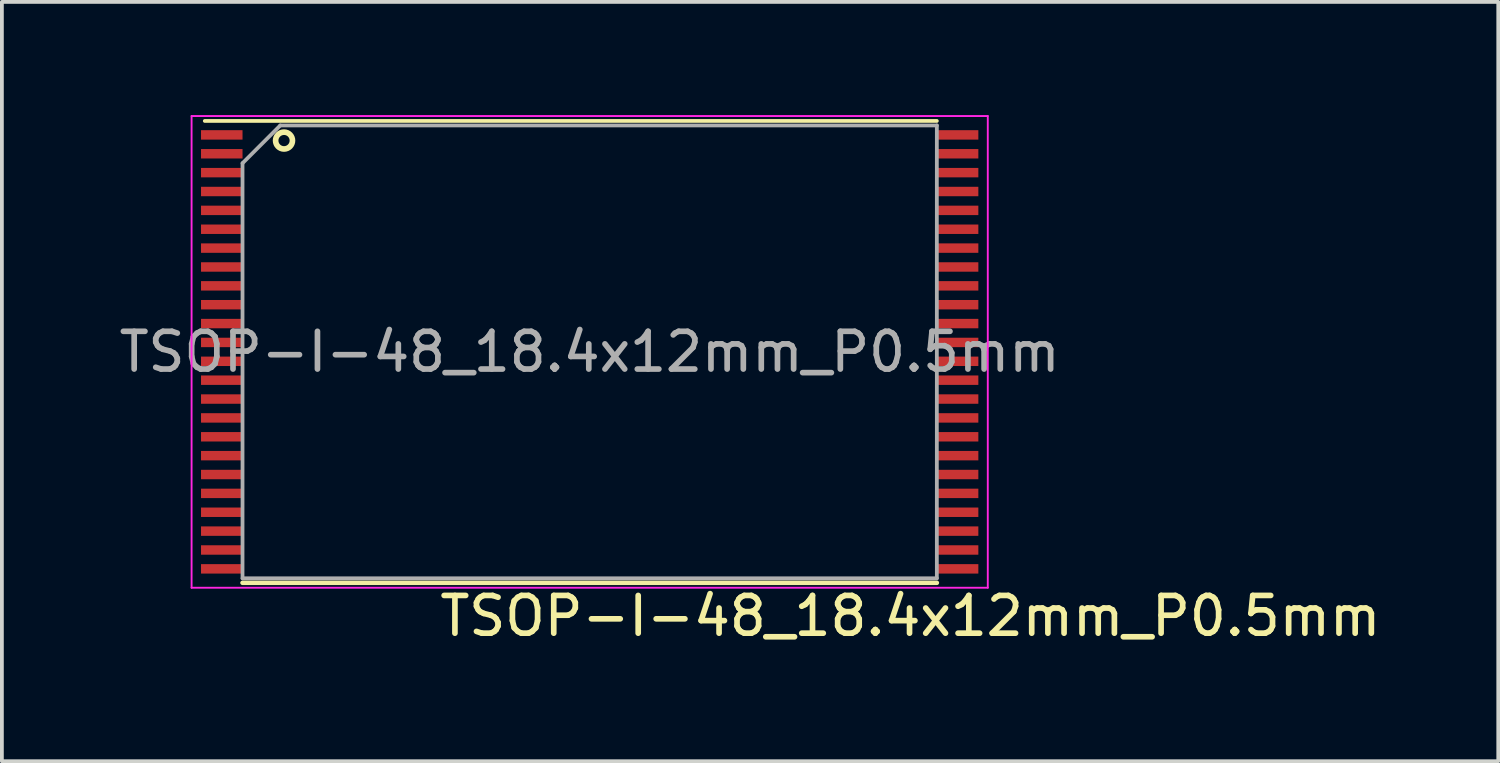
<source format=kicad_pcb>
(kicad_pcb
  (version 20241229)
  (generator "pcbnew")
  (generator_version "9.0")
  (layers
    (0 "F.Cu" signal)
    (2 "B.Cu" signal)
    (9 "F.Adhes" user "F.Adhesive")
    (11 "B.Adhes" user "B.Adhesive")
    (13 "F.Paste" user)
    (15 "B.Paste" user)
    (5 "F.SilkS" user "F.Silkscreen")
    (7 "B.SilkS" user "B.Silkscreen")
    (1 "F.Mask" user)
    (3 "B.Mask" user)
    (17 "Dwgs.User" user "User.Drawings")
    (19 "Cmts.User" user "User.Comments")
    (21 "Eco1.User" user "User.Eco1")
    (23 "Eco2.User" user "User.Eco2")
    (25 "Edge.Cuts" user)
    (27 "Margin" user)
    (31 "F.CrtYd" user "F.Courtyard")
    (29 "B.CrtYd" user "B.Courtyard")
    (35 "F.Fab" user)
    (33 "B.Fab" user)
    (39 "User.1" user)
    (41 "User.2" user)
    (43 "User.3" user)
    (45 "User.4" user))
  (footprint "TSOP-I-48_18.4x12mm_P0.5mm"
    (layer "F.Cu")
    (at 12.577 6.275)
    (property "Reference" "TSOP-I-48_18.4x12mm_P0.5mm" (at 8.5 7 0) (layer "F.SilkS") (effects (font (size 1 1) (thickness 0.15))))
    (attr smd)
    (fp_line (start -9.2 6.12) (end 9.2 6.12) (stroke (width 0.12) (type solid)) (layer "F.SilkS"))
    (fp_line (start 9.2 -6.12) (end -10.2 -6.12) (stroke (width 0.1) (type solid)) (layer "F.SilkS"))
    (fp_circle (center -8.1 -5.6) (end -8 -5.4) (stroke (width 0.15) (type solid)) (fill no) (layer "F.SilkS"))
    (fp_line (start -10.55 -6.25) (end 10.55 -6.25) (stroke (width 0.05) (type solid)) (layer "F.CrtYd"))
    (fp_line (start -10.55 6.25) (end -10.55 -6.25) (stroke (width 0.05) (type solid)) (layer "F.CrtYd"))
    (fp_line (start 10.55 -6.25) (end 10.55 6.25) (stroke (width 0.05) (type solid)) (layer "F.CrtYd"))
    (fp_line (start 10.55 6.25) (end -10.55 6.25) (stroke (width 0.05) (type solid)) (layer "F.CrtYd"))
    (fp_line (start -9.2 6) (end -9.2 -5) (stroke (width 0.1) (type solid)) (layer "F.Fab"))
    (fp_line (start -8.2 -6) (end -9.2 -5) (stroke (width 0.1) (type solid)) (layer "F.Fab"))
    (fp_line (start -8.2 -6) (end 9.2 -6) (stroke (width 0.1) (type solid)) (layer "F.Fab"))
    (fp_line (start 9.2 -6) (end 9.2 6) (stroke (width 0.1) (type solid)) (layer "F.Fab"))
    (fp_line (start 9.2 6) (end -9.2 6) (stroke (width 0.1) (type solid)) (layer "F.Fab"))
    (fp_text user "${REFERENCE}" (at 0 0 0) (layer "F.Fab") (effects (font (size 1 1) (thickness 0.15))))
    (pad "1" smd rect (at -9.75 -5.75) (size 1.1 0.25) (layers "F.Cu" "F.Mask" "F.Paste"))
    (pad "2" smd rect (at -9.75 -5.25) (size 1.1 0.25) (layers "F.Cu" "F.Mask" "F.Paste"))
    (pad "3" smd rect (at -9.75 -4.75) (size 1.1 0.25) (layers "F.Cu" "F.Mask" "F.Paste"))
    (pad "4" smd rect (at -9.75 -4.25) (size 1.1 0.25) (layers "F.Cu" "F.Mask" "F.Paste"))
    (pad "5" smd rect (at -9.75 -3.75) (size 1.1 0.25) (layers "F.Cu" "F.Mask" "F.Paste"))
    (pad "6" smd rect (at -9.75 -3.25) (size 1.1 0.25) (layers "F.Cu" "F.Mask" "F.Paste"))
    (pad "7" smd rect (at -9.75 -2.75) (size 1.1 0.25) (layers "F.Cu" "F.Mask" "F.Paste"))
    (pad "8" smd rect (at -9.75 -2.25) (size 1.1 0.25) (layers "F.Cu" "F.Mask" "F.Paste"))
    (pad "9" smd rect (at -9.75 -1.75) (size 1.1 0.25) (layers "F.Cu" "F.Mask" "F.Paste"))
    (pad "10" smd rect (at -9.75 -1.25) (size 1.1 0.25) (layers "F.Cu" "F.Mask" "F.Paste"))
    (pad "11" smd rect (at -9.75 -0.75) (size 1.1 0.25) (layers "F.Cu" "F.Mask" "F.Paste"))
    (pad "12" smd rect (at -9.75 -0.25) (size 1.1 0.25) (layers "F.Cu" "F.Mask" "F.Paste"))
    (pad "13" smd rect (at -9.75 0.25) (size 1.1 0.25) (layers "F.Cu" "F.Mask" "F.Paste"))
    (pad "14" smd rect (at -9.75 0.75) (size 1.1 0.25) (layers "F.Cu" "F.Mask" "F.Paste"))
    (pad "15" smd rect (at -9.75 1.25) (size 1.1 0.25) (layers "F.Cu" "F.Mask" "F.Paste"))
    (pad "16" smd rect (at -9.75 1.75) (size 1.1 0.25) (layers "F.Cu" "F.Mask" "F.Paste"))
    (pad "17" smd rect (at -9.75 2.25) (size 1.1 0.25) (layers "F.Cu" "F.Mask" "F.Paste"))
    (pad "18" smd rect (at -9.75 2.75) (size 1.1 0.25) (layers "F.Cu" "F.Mask" "F.Paste"))
    (pad "19" smd rect (at -9.75 3.25) (size 1.1 0.25) (layers "F.Cu" "F.Mask" "F.Paste"))
    (pad "20" smd rect (at -9.75 3.75) (size 1.1 0.25) (layers "F.Cu" "F.Mask" "F.Paste"))
    (pad "21" smd rect (at -9.75 4.25) (size 1.1 0.25) (layers "F.Cu" "F.Mask" "F.Paste"))
    (pad "22" smd rect (at -9.75 4.75) (size 1.1 0.25) (layers "F.Cu" "F.Mask" "F.Paste"))
    (pad "23" smd rect (at -9.75 5.25) (size 1.1 0.25) (layers "F.Cu" "F.Mask" "F.Paste"))
    (pad "24" smd rect (at -9.75 5.75) (size 1.1 0.25) (layers "F.Cu" "F.Mask" "F.Paste"))
    (pad "25" smd rect (at 9.75 5.75) (size 1.1 0.25) (layers "F.Cu" "F.Mask" "F.Paste"))
    (pad "26" smd rect (at 9.75 5.25) (size 1.1 0.25) (layers "F.Cu" "F.Mask" "F.Paste"))
    (pad "27" smd rect (at 9.75 4.75) (size 1.1 0.25) (layers "F.Cu" "F.Mask" "F.Paste"))
    (pad "28" smd rect (at 9.75 4.25) (size 1.1 0.25) (layers "F.Cu" "F.Mask" "F.Paste"))
    (pad "29" smd rect (at 9.75 3.75) (size 1.1 0.25) (layers "F.Cu" "F.Mask" "F.Paste"))
    (pad "30" smd rect (at 9.75 3.25) (size 1.1 0.25) (layers "F.Cu" "F.Mask" "F.Paste"))
    (pad "31" smd rect (at 9.75 2.75) (size 1.1 0.25) (layers "F.Cu" "F.Mask" "F.Paste"))
    (pad "32" smd rect (at 9.75 2.25) (size 1.1 0.25) (layers "F.Cu" "F.Mask" "F.Paste"))
    (pad "33" smd rect (at 9.75 1.75) (size 1.1 0.25) (layers "F.Cu" "F.Mask" "F.Paste"))
    (pad "34" smd rect (at 9.75 1.25) (size 1.1 0.25) (layers "F.Cu" "F.Mask" "F.Paste"))
    (pad "35" smd rect (at 9.75 0.75) (size 1.1 0.25) (layers "F.Cu" "F.Mask" "F.Paste"))
    (pad "36" smd rect (at 9.75 0.25) (size 1.1 0.25) (layers "F.Cu" "F.Mask" "F.Paste"))
    (pad "37" smd rect (at 9.75 -0.25) (size 1.1 0.25) (layers "F.Cu" "F.Mask" "F.Paste"))
    (pad "38" smd rect (at 9.75 -0.75) (size 1.1 0.25) (layers "F.Cu" "F.Mask" "F.Paste"))
    (pad "39" smd rect (at 9.75 -1.25) (size 1.1 0.25) (layers "F.Cu" "F.Mask" "F.Paste"))
    (pad "40" smd rect (at 9.75 -1.75) (size 1.1 0.25) (layers "F.Cu" "F.Mask" "F.Paste"))
    (pad "41" smd rect (at 9.75 -2.25) (size 1.1 0.25) (layers "F.Cu" "F.Mask" "F.Paste"))
    (pad "42" smd rect (at 9.75 -2.75) (size 1.1 0.25) (layers "F.Cu" "F.Mask" "F.Paste"))
    (pad "43" smd rect (at 9.75 -3.25) (size 1.1 0.25) (layers "F.Cu" "F.Mask" "F.Paste"))
    (pad "44" smd rect (at 9.75 -3.75) (size 1.1 0.25) (layers "F.Cu" "F.Mask" "F.Paste"))
    (pad "45" smd rect (at 9.75 -4.25) (size 1.1 0.25) (layers "F.Cu" "F.Mask" "F.Paste"))
    (pad "46" smd rect (at 9.75 -4.75) (size 1.1 0.25) (layers "F.Cu" "F.Mask" "F.Paste"))
    (pad "47" smd rect (at 9.75 -5.25) (size 1.1 0.25) (layers "F.Cu" "F.Mask" "F.Paste"))
    (pad "48" smd rect (at 9.75 -5.75) (size 1.1 0.25) (layers "F.Cu" "F.Mask" "F.Paste")))
  (gr_rect
    (start -3 -3)
    (end 36.655 17.123)
    (stroke (width 0.1) (type default))
    (fill no)
    (layer "Edge.Cuts")))
</source>
